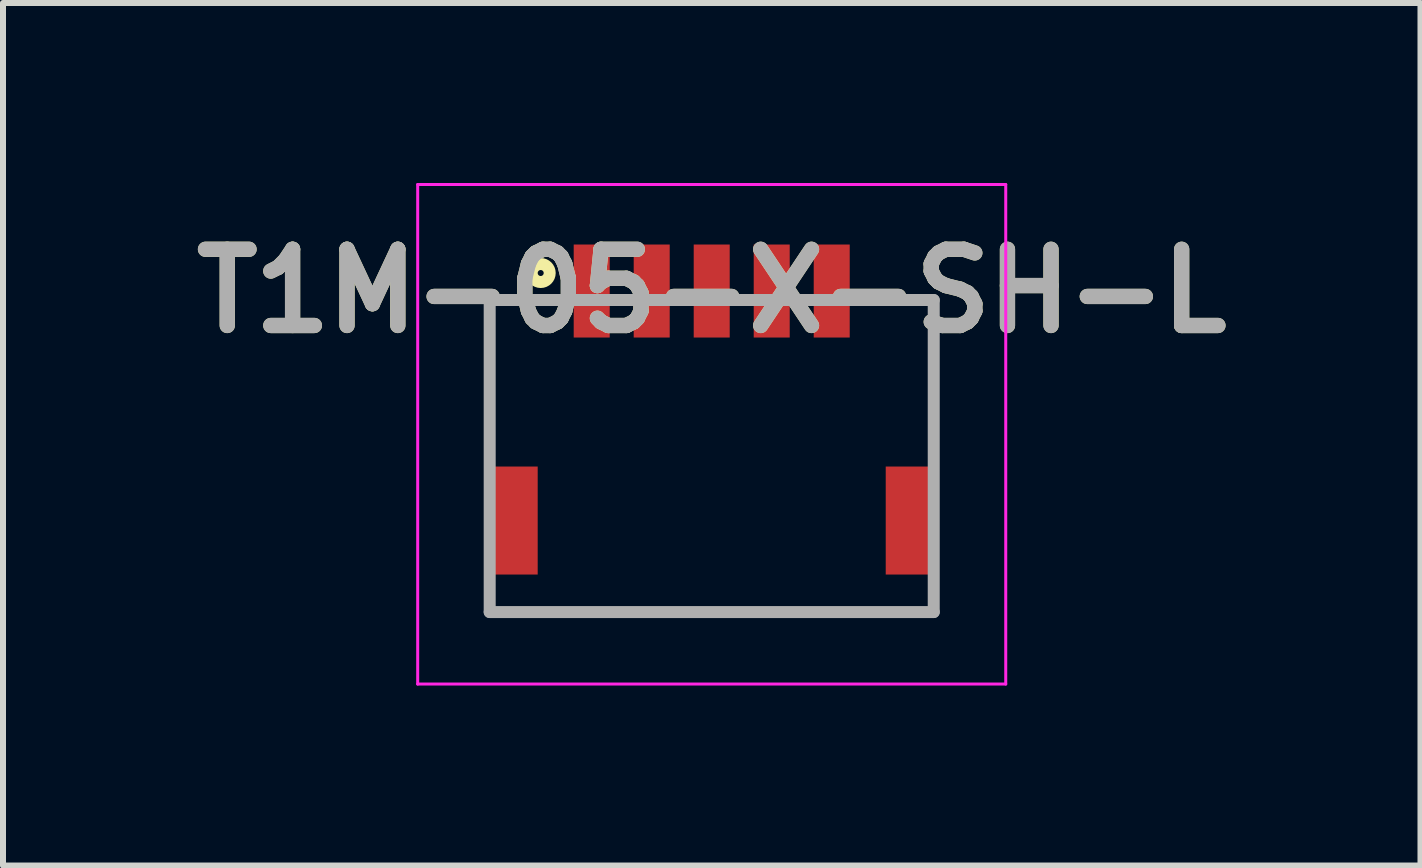
<source format=kicad_pcb>
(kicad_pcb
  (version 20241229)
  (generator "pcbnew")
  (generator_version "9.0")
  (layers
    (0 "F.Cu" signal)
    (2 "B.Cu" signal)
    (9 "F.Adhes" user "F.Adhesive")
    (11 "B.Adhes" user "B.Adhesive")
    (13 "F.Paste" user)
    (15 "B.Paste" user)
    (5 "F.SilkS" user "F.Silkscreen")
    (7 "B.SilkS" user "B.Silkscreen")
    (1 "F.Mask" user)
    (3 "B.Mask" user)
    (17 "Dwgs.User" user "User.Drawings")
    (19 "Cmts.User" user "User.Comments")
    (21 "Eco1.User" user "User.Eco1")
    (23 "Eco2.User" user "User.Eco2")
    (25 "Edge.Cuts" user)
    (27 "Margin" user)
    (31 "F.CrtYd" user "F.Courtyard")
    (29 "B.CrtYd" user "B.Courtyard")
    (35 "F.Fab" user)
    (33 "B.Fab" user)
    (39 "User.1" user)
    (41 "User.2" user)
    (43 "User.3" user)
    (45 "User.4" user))
  (footprint "T1M-05-X-SH-L"
    (layer "F.Cu")
    (at 8.811 1.8)
    (property "Reference" "T1M-05-X-SH-L" (at 0 0 0) (layer "F.SilkS") (effects (font (size 1.27 1.27) (thickness 0.254))))
    (attr smd)
    (fp_line (start 3.7 5.35) (end -3.7 5.35) (stroke (width 0.1) (type solid)) (layer "F.SilkS"))
    (fp_circle (center -2.85 -0.3) (end -2.85 -0.25) (stroke (width 0.2) (type solid)) (fill no) (layer "F.SilkS"))
    (fp_line (start -4.9 -1.775) (end 4.9 -1.775) (stroke (width 0.05) (type solid)) (layer "F.CrtYd"))
    (fp_line (start -4.9 6.55) (end -4.9 -1.775) (stroke (width 0.05) (type solid)) (layer "F.CrtYd"))
    (fp_line (start 4.9 -1.775) (end 4.9 6.55) (stroke (width 0.05) (type solid)) (layer "F.CrtYd"))
    (fp_line (start 4.9 6.55) (end -4.9 6.55) (stroke (width 0.05) (type solid)) (layer "F.CrtYd"))
    (fp_line (start -3.7 0.15) (end 3.7 0.15) (stroke (width 0.2) (type solid)) (layer "F.Fab"))
    (fp_line (start -3.7 5.35) (end -3.7 0.15) (stroke (width 0.2) (type solid)) (layer "F.Fab"))
    (fp_line (start 3.7 0.15) (end 3.7 5.35) (stroke (width 0.2) (type solid)) (layer "F.Fab"))
    (fp_line (start 3.7 5.35) (end -3.7 5.35) (stroke (width 0.2) (type solid)) (layer "F.Fab"))
    (fp_text user "${REFERENCE}" (at 0 0 0) (layer "F.Fab") (effects (font (size 1.27 1.27) (thickness 0.254))))
    (pad "1" smd rect (at -2 0) (size 0.6 1.55) (layers "F.Cu" "F.Mask" "F.Paste"))
    (pad "2" smd rect (at -1 0) (size 0.6 1.55) (layers "F.Cu" "F.Mask" "F.Paste"))
    (pad "3" smd rect (at 0 0) (size 0.6 1.55) (layers "F.Cu" "F.Mask" "F.Paste"))
    (pad "4" smd rect (at 1 0) (size 0.6 1.55) (layers "F.Cu" "F.Mask" "F.Paste"))
    (pad "5" smd rect (at 2 0) (size 0.6 1.55) (layers "F.Cu" "F.Mask" "F.Paste"))
    (pad "6" smd rect (at -3.3 3.825) (size 0.8 1.8) (layers "F.Cu" "F.Mask" "F.Paste"))
    (pad "7" smd rect (at 3.3 3.825) (size 0.8 1.8) (layers "F.Cu" "F.Mask" "F.Paste")))
  (gr_rect
    (start -3 -3)
    (end 20.623 11.375)
    (stroke (width 0.1) (type default))
    (fill no)
    (layer "Edge.Cuts")))
</source>
